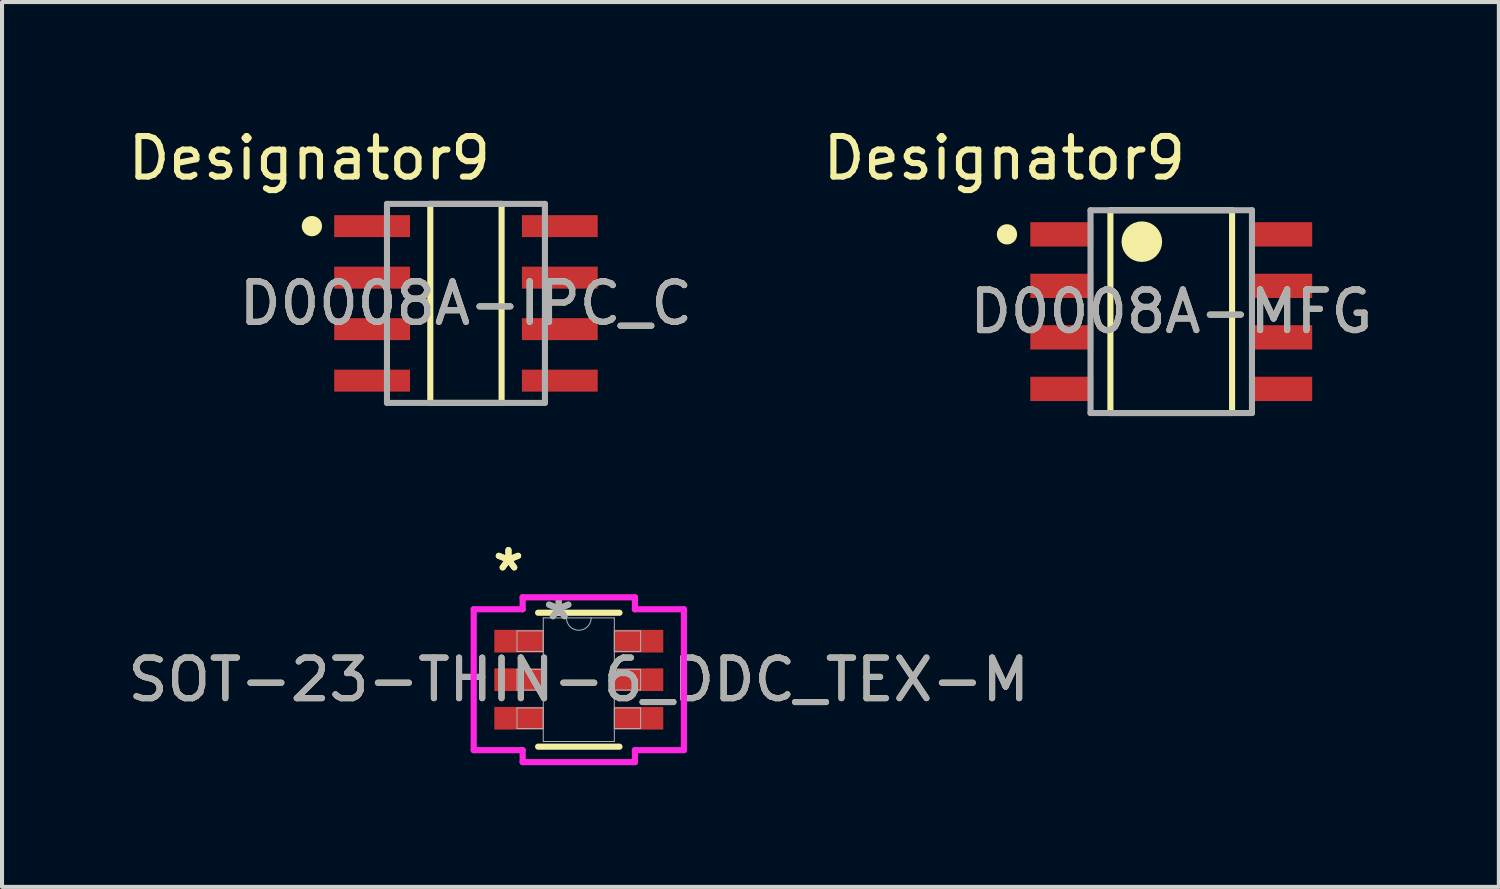
<source format=kicad_pcb>
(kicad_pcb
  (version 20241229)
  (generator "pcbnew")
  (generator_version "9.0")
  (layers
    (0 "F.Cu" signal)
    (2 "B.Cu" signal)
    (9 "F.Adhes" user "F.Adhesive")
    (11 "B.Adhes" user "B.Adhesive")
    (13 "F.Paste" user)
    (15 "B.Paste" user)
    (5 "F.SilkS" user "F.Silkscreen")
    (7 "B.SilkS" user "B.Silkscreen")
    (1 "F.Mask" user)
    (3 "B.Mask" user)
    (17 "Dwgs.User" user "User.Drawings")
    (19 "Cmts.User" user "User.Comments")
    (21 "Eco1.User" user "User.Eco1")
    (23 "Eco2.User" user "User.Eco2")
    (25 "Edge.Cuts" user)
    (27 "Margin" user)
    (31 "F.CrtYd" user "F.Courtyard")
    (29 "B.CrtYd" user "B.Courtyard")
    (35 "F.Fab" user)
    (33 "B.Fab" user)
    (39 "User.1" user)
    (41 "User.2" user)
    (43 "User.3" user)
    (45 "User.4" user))
  (footprint "D0008A-IPC_C"
    (layer "F.Cu")
    (at 8.438 4.43)
    (property "Reference" "D0008A-IPC_C" (at 0 0 0) (unlocked yes) (layer "F.SilkS") (effects (font (size 1 1) (thickness 0.15))))
    (attr smd)
    (fp_line (start -0.879 -2.453) (end 0.879 -2.453) (stroke (width 0.15) (type solid)) (layer "F.SilkS"))
    (fp_line (start -0.879 2.453) (end -0.879 -2.453) (stroke (width 0.15) (type solid)) (layer "F.SilkS"))
    (fp_line (start -0.879 2.453) (end 0.879 2.453) (stroke (width 0.15) (type solid)) (layer "F.SilkS"))
    (fp_line (start 0.879 2.453) (end 0.879 -2.453) (stroke (width 0.15) (type solid)) (layer "F.SilkS"))
    (fp_circle (center -3.798 -1.905) (end -3.673 -1.905) (stroke (width 0.25) (type solid)) (fill no) (layer "F.SilkS"))
    (fp_line (start -1.947 -2.453) (end 1.947 -2.453) (stroke (width 0.15) (type solid)) (layer "F.Fab"))
    (fp_line (start -1.947 2.453) (end -1.947 -2.453) (stroke (width 0.15) (type solid)) (layer "F.Fab"))
    (fp_line (start -1.947 2.453) (end 1.947 2.453) (stroke (width 0.15) (type solid)) (layer "F.Fab"))
    (fp_line (start 1.947 2.453) (end 1.947 -2.453) (stroke (width 0.15) (type solid)) (layer "F.Fab"))
    (fp_text user "Designator9" (at -3.861 -3.581 0) (unlocked yes) (layer "F.SilkS") (effects (font (size 1 1) (thickness 0.15))))
    (fp_text user "${REFERENCE}" (at 0 0 0) (unlocked yes) (layer "F.Fab") (effects (font (size 1 1) (thickness 0.15))))
    (pad "1" smd rect (at -2.314 -1.905) (size 1.869 0.542) (layers "F.Cu" "F.Mask" "F.Paste"))
    (pad "2" smd rect (at -2.314 -0.635) (size 1.869 0.542) (layers "F.Cu" "F.Mask" "F.Paste"))
    (pad "3" smd rect (at -2.314 0.635) (size 1.869 0.542) (layers "F.Cu" "F.Mask" "F.Paste"))
    (pad "4" smd rect (at -2.314 1.905) (size 1.869 0.542) (layers "F.Cu" "F.Mask" "F.Paste"))
    (pad "5" smd rect (at 2.314 1.905) (size 1.869 0.542) (layers "F.Cu" "F.Mask" "F.Paste"))
    (pad "6" smd rect (at 2.314 0.635) (size 1.869 0.542) (layers "F.Cu" "F.Mask" "F.Paste"))
    (pad "7" smd rect (at 2.314 -0.635) (size 1.869 0.542) (layers "F.Cu" "F.Mask" "F.Paste"))
    (pad "8" smd rect (at 2.314 -1.905) (size 1.869 0.542) (layers "F.Cu" "F.Mask" "F.Paste")))
  (footprint "SOT-23-THIN-6_DDC_TEX-M"
    (layer "F.Cu")
    (at 11.22 13.708)
    (property "Reference" "SOT-23-THIN-6_DDC_TEX-M" (at 0 0 0) (unlocked yes) (layer "F.SilkS") (effects (font (size 1 1) (thickness 0.15))))
    (attr smd)
    (fp_line (start -1.003 1.651) (end 1.003 1.651) (stroke (width 0.152) (type solid)) (layer "F.SilkS"))
    (fp_line (start 1.003 -1.651) (end -1.003 -1.651) (stroke (width 0.152) (type solid)) (layer "F.SilkS"))
    (fp_line (start -2.591 -1.737) (end -1.384 -1.737) (stroke (width 0.152) (type solid)) (layer "F.CrtYd"))
    (fp_line (start -2.591 1.737) (end -2.591 -1.737) (stroke (width 0.152) (type solid)) (layer "F.CrtYd"))
    (fp_line (start -2.591 1.737) (end -1.384 1.737) (stroke (width 0.152) (type solid)) (layer "F.CrtYd"))
    (fp_line (start -1.384 -2.032) (end 1.384 -2.032) (stroke (width 0.152) (type solid)) (layer "F.CrtYd"))
    (fp_line (start -1.384 -1.737) (end -1.384 -2.032) (stroke (width 0.152) (type solid)) (layer "F.CrtYd"))
    (fp_line (start -1.384 2.032) (end -1.384 1.737) (stroke (width 0.152) (type solid)) (layer "F.CrtYd"))
    (fp_line (start 1.384 -2.032) (end 1.384 -1.737) (stroke (width 0.152) (type solid)) (layer "F.CrtYd"))
    (fp_line (start 1.384 1.737) (end 1.384 2.032) (stroke (width 0.152) (type solid)) (layer "F.CrtYd"))
    (fp_line (start 1.384 2.032) (end -1.384 2.032) (stroke (width 0.152) (type solid)) (layer "F.CrtYd"))
    (fp_line (start 2.591 -1.737) (end 1.384 -1.737) (stroke (width 0.152) (type solid)) (layer "F.CrtYd"))
    (fp_line (start 2.591 -1.737) (end 2.591 1.737) (stroke (width 0.152) (type solid)) (layer "F.CrtYd"))
    (fp_line (start 2.591 1.737) (end 1.384 1.737) (stroke (width 0.152) (type solid)) (layer "F.CrtYd"))
    (fp_line (start -1.524 -1.204) (end -1.524 -0.696) (stroke (width 0.025) (type solid)) (layer "F.Fab"))
    (fp_line (start -1.524 -0.696) (end -0.876 -0.696) (stroke (width 0.025) (type solid)) (layer "F.Fab"))
    (fp_line (start -1.524 -0.254) (end -1.524 0.254) (stroke (width 0.025) (type solid)) (layer "F.Fab"))
    (fp_line (start -1.524 0.254) (end -0.876 0.254) (stroke (width 0.025) (type solid)) (layer "F.Fab"))
    (fp_line (start -1.524 0.696) (end -1.524 1.204) (stroke (width 0.025) (type solid)) (layer "F.Fab"))
    (fp_line (start -1.524 1.204) (end -0.876 1.204) (stroke (width 0.025) (type solid)) (layer "F.Fab"))
    (fp_line (start -0.876 -1.524) (end -0.876 1.524) (stroke (width 0.025) (type solid)) (layer "F.Fab"))
    (fp_line (start -0.876 -1.204) (end -1.524 -1.204) (stroke (width 0.025) (type solid)) (layer "F.Fab"))
    (fp_line (start -0.876 -0.696) (end -0.876 -1.204) (stroke (width 0.025) (type solid)) (layer "F.Fab"))
    (fp_line (start -0.876 -0.254) (end -1.524 -0.254) (stroke (width 0.025) (type solid)) (layer "F.Fab"))
    (fp_line (start -0.876 0.254) (end -0.876 -0.254) (stroke (width 0.025) (type solid)) (layer "F.Fab"))
    (fp_line (start -0.876 0.696) (end -1.524 0.696) (stroke (width 0.025) (type solid)) (layer "F.Fab"))
    (fp_line (start -0.876 1.204) (end -0.876 0.696) (stroke (width 0.025) (type solid)) (layer "F.Fab"))
    (fp_line (start -0.876 1.524) (end 0.876 1.524) (stroke (width 0.025) (type solid)) (layer "F.Fab"))
    (fp_line (start 0.876 -1.524) (end -0.876 -1.524) (stroke (width 0.025) (type solid)) (layer "F.Fab"))
    (fp_line (start 0.876 -1.204) (end 0.876 -0.696) (stroke (width 0.025) (type solid)) (layer "F.Fab"))
    (fp_line (start 0.876 -0.696) (end 1.524 -0.696) (stroke (width 0.025) (type solid)) (layer "F.Fab"))
    (fp_line (start 0.876 -0.254) (end 0.876 0.254) (stroke (width 0.025) (type solid)) (layer "F.Fab"))
    (fp_line (start 0.876 0.254) (end 1.524 0.254) (stroke (width 0.025) (type solid)) (layer "F.Fab"))
    (fp_line (start 0.876 0.696) (end 0.876 1.204) (stroke (width 0.025) (type solid)) (layer "F.Fab"))
    (fp_line (start 0.876 1.204) (end 1.524 1.204) (stroke (width 0.025) (type solid)) (layer "F.Fab"))
    (fp_line (start 0.876 1.524) (end 0.876 -1.524) (stroke (width 0.025) (type solid)) (layer "F.Fab"))
    (fp_line (start 1.524 -1.204) (end 0.876 -1.204) (stroke (width 0.025) (type solid)) (layer "F.Fab"))
    (fp_line (start 1.524 -0.696) (end 1.524 -1.204) (stroke (width 0.025) (type solid)) (layer "F.Fab"))
    (fp_line (start 1.524 -0.254) (end 0.876 -0.254) (stroke (width 0.025) (type solid)) (layer "F.Fab"))
    (fp_line (start 1.524 0.254) (end 1.524 -0.254) (stroke (width 0.025) (type solid)) (layer "F.Fab"))
    (fp_line (start 1.524 0.696) (end 0.876 0.696) (stroke (width 0.025) (type solid)) (layer "F.Fab"))
    (fp_line (start 1.524 1.204) (end 1.524 0.696) (stroke (width 0.025) (type solid)) (layer "F.Fab"))
    (fp_arc (start 0.3048 -1.524) (mid 0 -1.2192) (end -0.3048 -1.524) (stroke (width 0.0254) (type solid)) (layer "F.Fab"))
    (fp_text user "*" (at -1.734 -2.652 0) (layer "F.SilkS") (effects (font (size 1 1) (thickness 0.15))))
    (fp_text user "*" (at -1.734 -2.652 0) (unlocked yes) (layer "F.SilkS") (effects (font (size 1 1) (thickness 0.15))))
    (fp_text user "*" (at -0.495 -1.448 0) (layer "F.Fab") (effects (font (size 1 1) (thickness 0.15))))
    (fp_text user "*" (at -0.495 -1.448 0) (unlocked yes) (layer "F.Fab") (effects (font (size 1 1) (thickness 0.15))))
    (fp_text user "${REFERENCE}" (at 0 0 0) (unlocked yes) (layer "F.Fab") (effects (font (size 1 1) (thickness 0.15))))
    (pad "1" smd rect (at -1.48 -0.95) (size 1.206 0.559) (layers "F.Cu" "F.Mask" "F.Paste"))
    (pad "2" smd rect (at -1.48 0) (size 1.206 0.559) (layers "F.Cu" "F.Mask" "F.Paste"))
    (pad "3" smd rect (at -1.48 0.95) (size 1.206 0.559) (layers "F.Cu" "F.Mask" "F.Paste"))
    (pad "4" smd rect (at 1.48 0.95) (size 1.206 0.559) (layers "F.Cu" "F.Mask" "F.Paste"))
    (pad "5" smd rect (at 1.48 0) (size 1.206 0.559) (layers "F.Cu" "F.Mask" "F.Paste"))
    (pad "6" smd rect (at 1.48 -0.95) (size 1.206 0.559) (layers "F.Cu" "F.Mask" "F.Paste")))
  (footprint "D0008A-MFG"
    (layer "F.Cu")
    (at 25.827 4.633)
    (property "Reference" "D0008A-MFG" (at 0 0 0) (unlocked yes) (layer "F.SilkS") (effects (font (size 1 1) (thickness 0.15))))
    (attr smd)
    (fp_line (start -1.5 -2.5) (end 1.5 -2.5) (stroke (width 0.15) (type solid)) (layer "F.SilkS"))
    (fp_line (start -1.5 2.5) (end -1.5 -2.5) (stroke (width 0.15) (type solid)) (layer "F.SilkS"))
    (fp_line (start -1.5 2.5) (end 1.5 2.5) (stroke (width 0.15) (type solid)) (layer "F.SilkS"))
    (fp_line (start 1.5 2.5) (end 1.5 -2.5) (stroke (width 0.15) (type solid)) (layer "F.SilkS"))
    (fp_circle (center -4.05 -1.905) (end -3.925 -1.905) (stroke (width 0.25) (type solid)) (fill no) (layer "F.SilkS"))
    (fp_circle (center -0.725 -1.725) (end -0.475 -1.725) (stroke (width 0.5) (type solid)) (fill no) (layer "F.SilkS"))
    (fp_line (start -1.99 -2.5) (end 1.99 -2.5) (stroke (width 0.15) (type solid)) (layer "F.Fab"))
    (fp_line (start -1.99 2.5) (end -1.99 -2.5) (stroke (width 0.15) (type solid)) (layer "F.Fab"))
    (fp_line (start -1.99 2.5) (end 1.99 2.5) (stroke (width 0.15) (type solid)) (layer "F.Fab"))
    (fp_line (start 1.99 2.5) (end 1.99 -2.5) (stroke (width 0.15) (type solid)) (layer "F.Fab"))
    (fp_text user "Designator9" (at -4.115 -3.785 0) (unlocked yes) (layer "F.SilkS") (effects (font (size 1 1) (thickness 0.15))))
    (fp_text user "${REFERENCE}" (at 0 0 0) (unlocked yes) (layer "F.Fab") (effects (font (size 1 1) (thickness 0.15))))
    (pad "1" smd rect (at -2.7 -1.905) (size 1.55 0.6) (layers "F.Cu" "F.Mask" "F.Paste"))
    (pad "2" smd rect (at -2.7 -0.635) (size 1.55 0.6) (layers "F.Cu" "F.Mask" "F.Paste"))
    (pad "3" smd rect (at -2.7 0.635) (size 1.55 0.6) (layers "F.Cu" "F.Mask" "F.Paste"))
    (pad "4" smd rect (at -2.7 1.905) (size 1.55 0.6) (layers "F.Cu" "F.Mask" "F.Paste"))
    (pad "5" smd rect (at 2.7 1.905) (size 1.55 0.6) (layers "F.Cu" "F.Mask" "F.Paste"))
    (pad "6" smd rect (at 2.7 0.635) (size 1.55 0.6) (layers "F.Cu" "F.Mask" "F.Paste"))
    (pad "7" smd rect (at 2.7 -0.635) (size 1.55 0.6) (layers "F.Cu" "F.Mask" "F.Paste"))
    (pad "8" smd rect (at 2.7 -1.905) (size 1.55 0.6) (layers "F.Cu" "F.Mask" "F.Paste")))
  (gr_rect
    (start -3 -3)
    (end 33.904 18.816)
    (stroke (width 0.1) (type default))
    (fill no)
    (layer "Edge.Cuts")))
</source>
